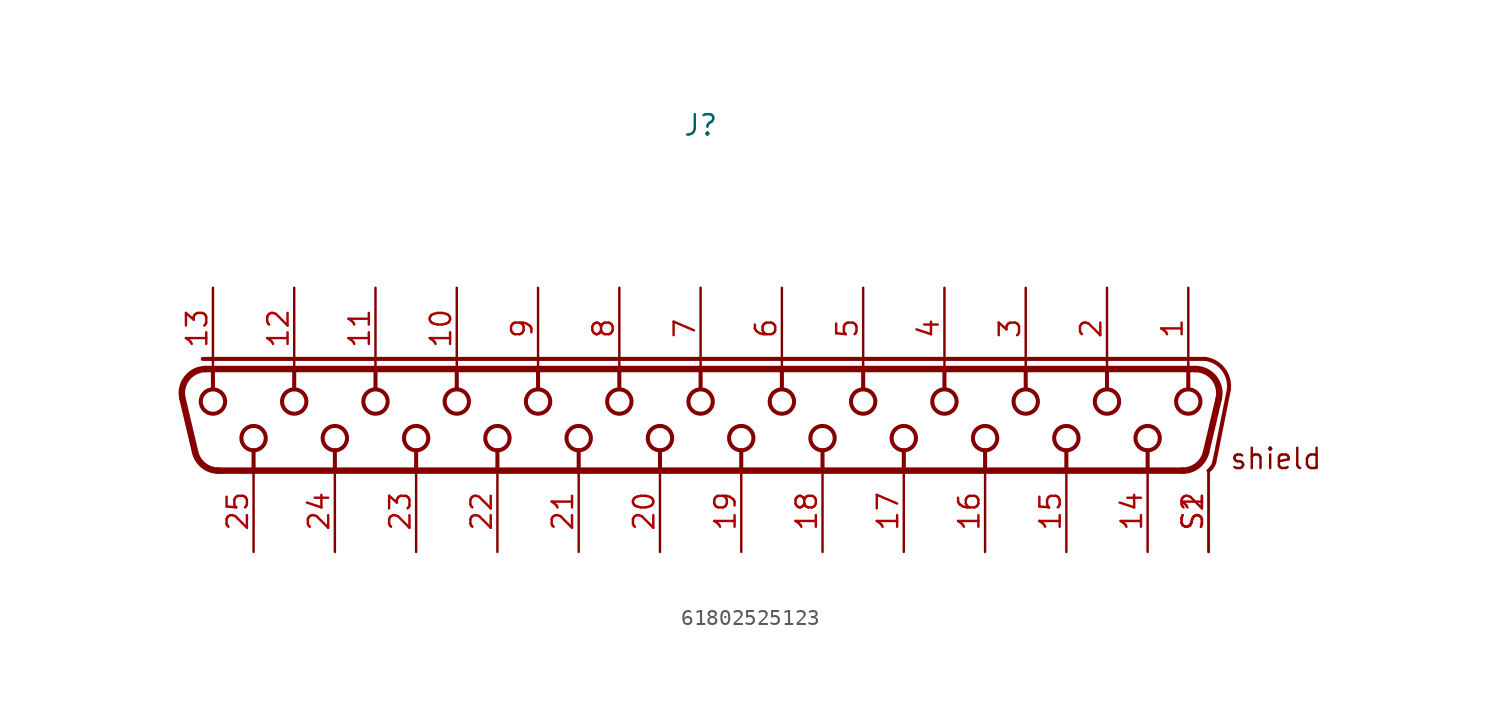
<source format=kicad_sym>
(kicad_symbol_lib
  (version 20241209)
  (generator "kicad_symbol_editor")
  (generator_version "9.0")
  (symbol "61802525123"
    (pin_names
      (hide yes))
    (property "Reference" "J"
      (at 0 17.78 0)
      (effects (font (size 1.27 1.27))))
    (symbol "61802525123_1_0"
      (polyline (pts (xy -31.593 -2.655) (xy -32.384 0.695)) (stroke (width 0.406) (type solid)) (fill (type none)))
      (polyline (pts (xy -31.115 3.175) (xy 31.52 3.175)) (stroke (width 0.254) (type solid)) (fill (type none)))
      (polyline (pts (xy -30.924 2.54) (xy 30.924 2.54)) (stroke (width 0.406) (type solid)) (fill (type none)))
      (arc (start -32.3842 0.695) (mid -32.1007 1.9707) (end -30.9243 2.54) (stroke (width 0.4064) (type solid)) (fill (type none)))
      (polyline (pts (xy -30.48 2.58) (xy -30.48 1.3)) (stroke (width 0.254) (type solid)) (fill (type none)))
      (circle (center -30.48 0.508) (radius 0.762) (stroke (width 0.254) (type solid)) (fill (type none)))
      (arc (start -30.133 -3.81) (mid -31.0638 -3.4862) (end -31.5928 -2.6547) (stroke (width 0.4064) (type solid)) (fill (type none)))
      (circle (center -27.94 -1.778) (radius 0.762) (stroke (width 0.254) (type solid)) (fill (type none)))
      (polyline (pts (xy -27.94 -2.54) (xy -27.94 -3.82)) (stroke (width 0.254) (type solid)) (fill (type none)))
      (polyline (pts (xy -25.4 2.58) (xy -25.4 1.3)) (stroke (width 0.254) (type solid)) (fill (type none)))
      (circle (center -25.4 0.508) (radius 0.762) (stroke (width 0.254) (type solid)) (fill (type none)))
      (circle (center -22.86 -1.778) (radius 0.762) (stroke (width 0.254) (type solid)) (fill (type none)))
      (polyline (pts (xy -22.86 -2.54) (xy -22.86 -3.82)) (stroke (width 0.254) (type solid)) (fill (type none)))
      (polyline (pts (xy -20.32 2.58) (xy -20.32 1.3)) (stroke (width 0.254) (type solid)) (fill (type none)))
      (circle (center -20.32 0.508) (radius 0.762) (stroke (width 0.254) (type solid)) (fill (type none)))
      (circle (center -17.78 -1.778) (radius 0.762) (stroke (width 0.254) (type solid)) (fill (type none)))
      (polyline (pts (xy -17.78 -2.54) (xy -17.78 -3.82)) (stroke (width 0.254) (type solid)) (fill (type none)))
      (polyline (pts (xy -15.24 2.58) (xy -15.24 1.3)) (stroke (width 0.254) (type solid)) (fill (type none)))
      (circle (center -15.24 0.508) (radius 0.762) (stroke (width 0.254) (type solid)) (fill (type none)))
      (circle (center -12.7 -1.778) (radius 0.762) (stroke (width 0.254) (type solid)) (fill (type none)))
      (polyline (pts (xy -12.7 -2.54) (xy -12.7 -3.82)) (stroke (width 0.254) (type solid)) (fill (type none)))
      (polyline (pts (xy -10.16 2.58) (xy -10.16 1.3)) (stroke (width 0.254) (type solid)) (fill (type none)))
      (circle (center -10.16 0.508) (radius 0.762) (stroke (width 0.254) (type solid)) (fill (type none)))
      (circle (center -7.62 -1.778) (radius 0.762) (stroke (width 0.254) (type solid)) (fill (type none)))
      (polyline (pts (xy -7.62 -2.54) (xy -7.62 -3.82)) (stroke (width 0.254) (type solid)) (fill (type none)))
      (polyline (pts (xy -5.08 2.58) (xy -5.08 1.3)) (stroke (width 0.254) (type solid)) (fill (type none)))
      (circle (center -5.08 0.508) (radius 0.762) (stroke (width 0.254) (type solid)) (fill (type none)))
      (circle (center -2.54 -1.778) (radius 0.762) (stroke (width 0.254) (type solid)) (fill (type none)))
      (polyline (pts (xy -2.54 -2.54) (xy -2.54 -3.82)) (stroke (width 0.254) (type solid)) (fill (type none)))
      (polyline (pts (xy 0 2.58) (xy 0 1.3)) (stroke (width 0.254) (type solid)) (fill (type none)))
      (circle (center 0 0.508) (radius 0.762) (stroke (width 0.254) (type solid)) (fill (type none)))
      (circle (center 2.54 -1.778) (radius 0.762) (stroke (width 0.254) (type solid)) (fill (type none)))
      (polyline (pts (xy 2.54 -2.54) (xy 2.54 -3.82)) (stroke (width 0.254) (type solid)) (fill (type none)))
      (polyline (pts (xy 5.08 2.58) (xy 5.08 1.3)) (stroke (width 0.254) (type solid)) (fill (type none)))
      (circle (center 5.08 0.508) (radius 0.762) (stroke (width 0.254) (type solid)) (fill (type none)))
      (circle (center 7.62 -1.778) (radius 0.762) (stroke (width 0.254) (type solid)) (fill (type none)))
      (polyline (pts (xy 7.62 -2.54) (xy 7.62 -3.82)) (stroke (width 0.254) (type solid)) (fill (type none)))
      (polyline (pts (xy 10.16 2.58) (xy 10.16 1.3)) (stroke (width 0.254) (type solid)) (fill (type none)))
      (circle (center 10.16 0.508) (radius 0.762) (stroke (width 0.254) (type solid)) (fill (type none)))
      (circle (center 12.7 -1.778) (radius 0.762) (stroke (width 0.254) (type solid)) (fill (type none)))
      (polyline (pts (xy 12.7 -2.54) (xy 12.7 -3.82)) (stroke (width 0.254) (type solid)) (fill (type none)))
      (polyline (pts (xy 15.24 2.58) (xy 15.24 1.3)) (stroke (width 0.254) (type solid)) (fill (type none)))
      (circle (center 15.24 0.508) (radius 0.762) (stroke (width 0.254) (type solid)) (fill (type none)))
      (circle (center 17.78 -1.778) (radius 0.762) (stroke (width 0.254) (type solid)) (fill (type none)))
      (polyline (pts (xy 17.78 -2.54) (xy 17.78 -3.82)) (stroke (width 0.254) (type solid)) (fill (type none)))
      (polyline (pts (xy 20.32 2.58) (xy 20.32 1.3)) (stroke (width 0.254) (type solid)) (fill (type none)))
      (circle (center 20.32 0.508) (radius 0.762) (stroke (width 0.254) (type solid)) (fill (type none)))
      (circle (center 22.86 -1.778) (radius 0.762) (stroke (width 0.254) (type solid)) (fill (type none)))
      (polyline (pts (xy 22.86 -2.54) (xy 22.86 -3.82)) (stroke (width 0.254) (type solid)) (fill (type none)))
      (polyline (pts (xy 25.4 2.58) (xy 25.4 1.3)) (stroke (width 0.254) (type solid)) (fill (type none)))
      (circle (center 25.4 0.508) (radius 0.762) (stroke (width 0.254) (type solid)) (fill (type none)))
      (circle (center 27.94 -1.778) (radius 0.762) (stroke (width 0.254) (type solid)) (fill (type none)))
      (polyline (pts (xy 27.94 -2.54) (xy 27.94 -3.82)) (stroke (width 0.254) (type solid)) (fill (type none)))
      (arc (start 31.5928 -2.6548) (mid 31.0637 -3.4863) (end 30.1329 -3.81) (stroke (width 0.4064) (type solid)) (fill (type none)))
      (polyline (pts (xy 30.133 -3.81) (xy -30.133 -3.81)) (stroke (width 0.406) (type solid)) (fill (type none)))
      (polyline (pts (xy 30.48 2.58) (xy 30.48 1.3)) (stroke (width 0.254) (type solid)) (fill (type none)))
      (circle (center 30.48 0.508) (radius 0.762) (stroke (width 0.254) (type solid)) (fill (type none)))
      (arc (start 30.9243 2.54) (mid 32.1007 1.9707) (end 32.3842 0.695) (stroke (width 0.4064) (type solid)) (fill (type none)))
      (arc (start 32.1039 -3.3037) (mid 31.9648 -3.5833) (end 31.75 -3.81) (stroke (width 0.254) (type solid)) (fill (type none)))
      (arc (start 31.52 3.175) (mid 32.6664 2.5346) (end 33.02 1.27) (stroke (width 0.254) (type solid)) (fill (type none)))
      (polyline (pts (xy 32.104 -3.304) (xy 33.02 1.27)) (stroke (width 0.254) (type solid)) (fill (type none)))
      (polyline (pts (xy 32.384 0.695) (xy 31.593 -2.655)) (stroke (width 0.406) (type solid)) (fill (type none)))
      (text "shield" (at 33.02 -3.81 0) (effects (font (size 1.27 1.27)) (justify left bottom)))
      (pin passive line (at -30.48 7.62 270) (length 5.08) (name "13" (effects (font (size 1.27 1.27)))) (number "13" (effects (font (size 1.27 1.27)))))
      (pin passive line (at -27.94 -8.89 90) (length 5.08) (name "25" (effects (font (size 1.27 1.27)))) (number "25" (effects (font (size 1.27 1.27)))))
      (pin passive line (at -25.4 7.62 270) (length 5.08) (name "12" (effects (font (size 1.27 1.27)))) (number "12" (effects (font (size 1.27 1.27)))))
      (pin passive line (at -22.86 -8.89 90) (length 5.08) (name "24" (effects (font (size 1.27 1.27)))) (number "24" (effects (font (size 1.27 1.27)))))
      (pin passive line (at -20.32 7.62 270) (length 5.08) (name "11" (effects (font (size 1.27 1.27)))) (number "11" (effects (font (size 1.27 1.27)))))
      (pin passive line (at -17.78 -8.89 90) (length 5.08) (name "23" (effects (font (size 1.27 1.27)))) (number "23" (effects (font (size 1.27 1.27)))))
      (pin passive line (at -15.24 7.62 270) (length 5.08) (name "10" (effects (font (size 1.27 1.27)))) (number "10" (effects (font (size 1.27 1.27)))))
      (pin passive line (at -12.7 -8.89 90) (length 5.08) (name "22" (effects (font (size 1.27 1.27)))) (number "22" (effects (font (size 1.27 1.27)))))
      (pin passive line (at -10.16 7.62 270) (length 5.08) (name "9" (effects (font (size 1.27 1.27)))) (number "9" (effects (font (size 1.27 1.27)))))
      (pin passive line (at -7.62 -8.89 90) (length 5.08) (name "21" (effects (font (size 1.27 1.27)))) (number "21" (effects (font (size 1.27 1.27)))))
      (pin passive line (at -5.08 7.62 270) (length 5.08) (name "8" (effects (font (size 1.27 1.27)))) (number "8" (effects (font (size 1.27 1.27)))))
      (pin passive line (at -2.54 -8.89 90) (length 5.08) (name "20" (effects (font (size 1.27 1.27)))) (number "20" (effects (font (size 1.27 1.27)))))
      (pin passive line (at 0 7.62 270) (length 5.08) (name "7" (effects (font (size 1.27 1.27)))) (number "7" (effects (font (size 1.27 1.27)))))
      (pin passive line (at 2.54 -8.89 90) (length 5.08) (name "19" (effects (font (size 1.27 1.27)))) (number "19" (effects (font (size 1.27 1.27)))))
      (pin passive line (at 5.08 7.62 270) (length 5.08) (name "6" (effects (font (size 1.27 1.27)))) (number "6" (effects (font (size 1.27 1.27)))))
      (pin passive line (at 7.62 -8.89 90) (length 5.08) (name "18" (effects (font (size 1.27 1.27)))) (number "18" (effects (font (size 1.27 1.27)))))
      (pin passive line (at 10.16 7.62 270) (length 5.08) (name "5" (effects (font (size 1.27 1.27)))) (number "5" (effects (font (size 1.27 1.27)))))
      (pin passive line (at 12.7 -8.89 90) (length 5.08) (name "17" (effects (font (size 1.27 1.27)))) (number "17" (effects (font (size 1.27 1.27)))))
      (pin passive line (at 15.24 7.62 270) (length 5.08) (name "4" (effects (font (size 1.27 1.27)))) (number "4" (effects (font (size 1.27 1.27)))))
      (pin passive line (at 17.78 -8.89 90) (length 5.08) (name "16" (effects (font (size 1.27 1.27)))) (number "16" (effects (font (size 1.27 1.27)))))
      (pin passive line (at 20.32 7.62 270) (length 5.08) (name "3" (effects (font (size 1.27 1.27)))) (number "3" (effects (font (size 1.27 1.27)))))
      (pin passive line (at 22.86 -8.89 90) (length 5.08) (name "15" (effects (font (size 1.27 1.27)))) (number "15" (effects (font (size 1.27 1.27)))))
      (pin passive line (at 25.4 7.62 270) (length 5.08) (name "2" (effects (font (size 1.27 1.27)))) (number "2" (effects (font (size 1.27 1.27)))))
      (pin passive line (at 27.94 -8.89 90) (length 5.08) (name "14" (effects (font (size 1.27 1.27)))) (number "14" (effects (font (size 1.27 1.27)))))
      (pin passive line (at 30.48 7.62 270) (length 5.08) (name "1" (effects (font (size 1.27 1.27)))) (number "1" (effects (font (size 1.27 1.27)))))
      (pin passive line (at 31.75 -8.89 90) (length 5.08) (name "SHIELD" (effects (font (size 1.27 1.27)))) (number "S1" (effects (font (size 1.27 1.27)))))
      (pin passive line (at 31.75 -8.89 90) (length 5.08) (name "SHIELD" (effects (font (size 1.27 1.27)))) (number "S2" (effects (font (size 1.27 1.27))))))))
</source>
